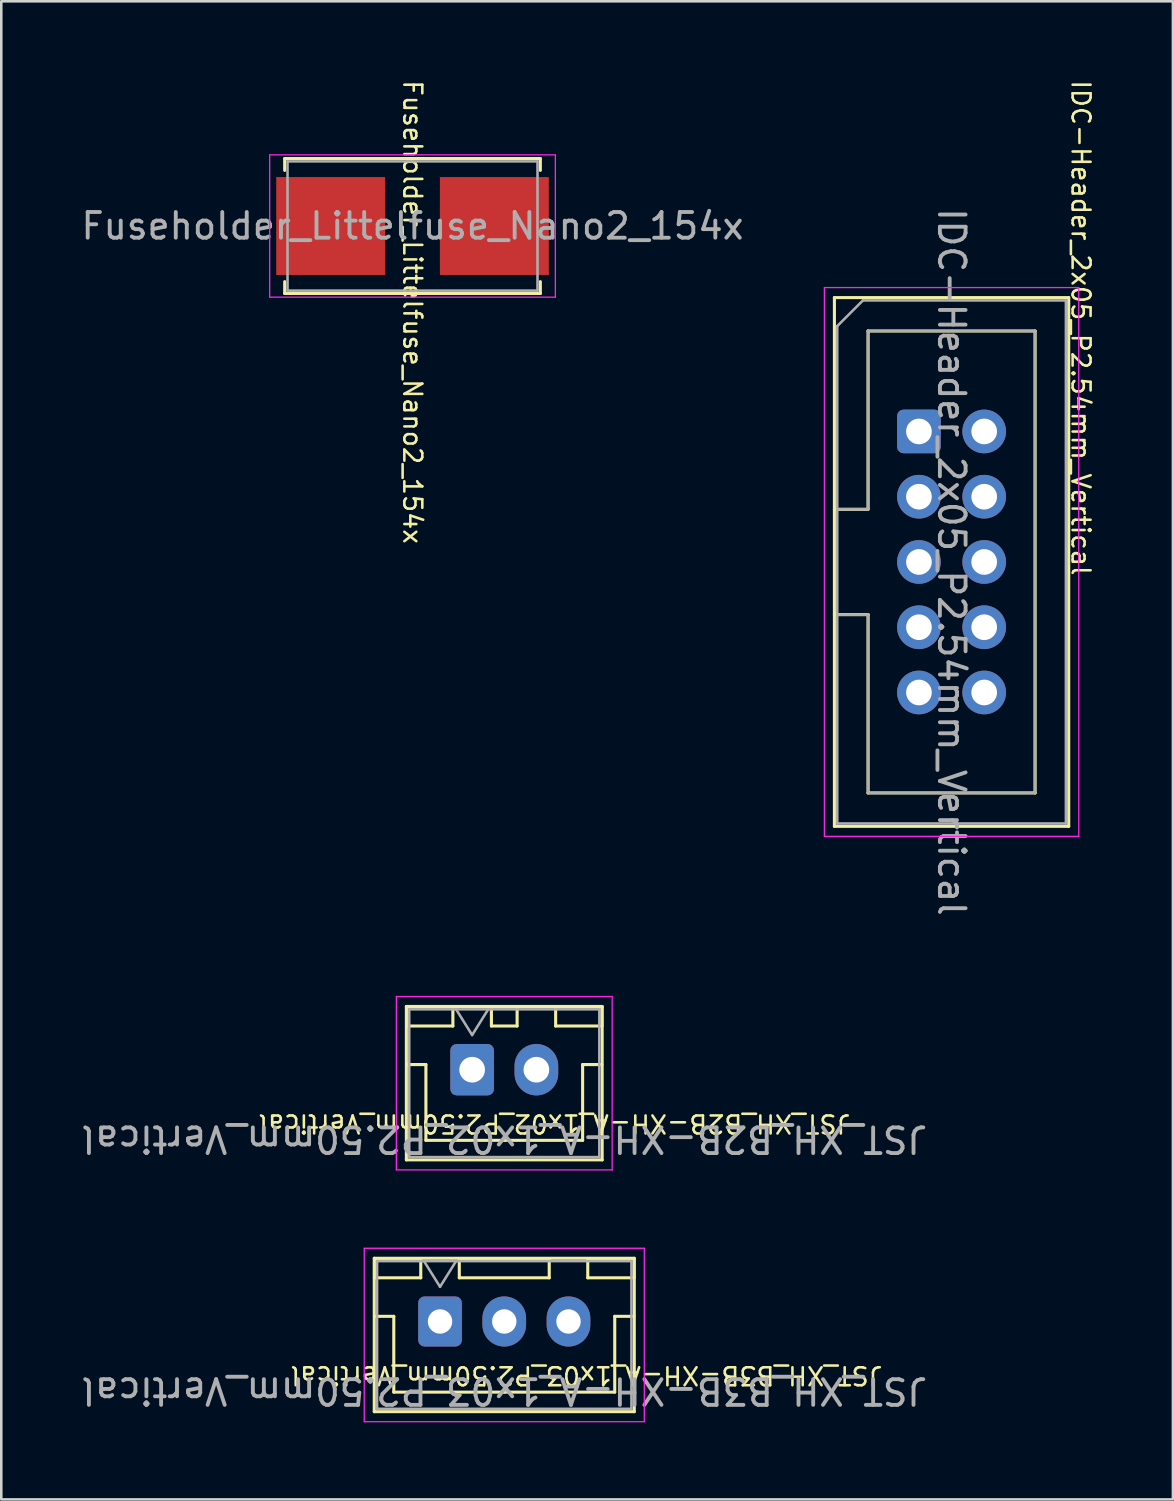
<source format=kicad_pcb>
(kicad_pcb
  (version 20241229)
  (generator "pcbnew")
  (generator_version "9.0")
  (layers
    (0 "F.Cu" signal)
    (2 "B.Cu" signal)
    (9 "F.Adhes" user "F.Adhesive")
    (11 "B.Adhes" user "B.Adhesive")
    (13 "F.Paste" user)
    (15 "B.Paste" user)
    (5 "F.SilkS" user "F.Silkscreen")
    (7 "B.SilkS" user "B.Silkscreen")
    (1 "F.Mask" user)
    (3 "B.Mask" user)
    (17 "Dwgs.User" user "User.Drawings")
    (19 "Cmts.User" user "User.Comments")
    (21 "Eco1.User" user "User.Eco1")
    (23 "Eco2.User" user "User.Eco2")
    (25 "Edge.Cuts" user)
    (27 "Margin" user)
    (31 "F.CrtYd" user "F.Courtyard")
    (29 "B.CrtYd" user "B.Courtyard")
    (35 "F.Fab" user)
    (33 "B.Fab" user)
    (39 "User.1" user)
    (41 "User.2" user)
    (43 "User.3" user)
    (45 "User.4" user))
  (footprint "JST_XH_B2B-XH-A_1x02_P2.50mm_Vertical"
    (layer "F.Cu")
    (at 15.327 38.585)
    (property "Reference" "JST_XH_B2B-XH-A_1x02_P2.50mm_Vertical" (at 3.2 2.1 180) (unlocked yes) (layer "F.SilkS") (effects (font (size 0.7 0.7) (thickness 0.1))))
    (attr through_hole)
    (fp_line (start -2.56 -2.46) (end -2.56 3.51) (stroke (width 0.12) (type solid)) (layer "F.SilkS"))
    (fp_line (start -2.56 3.51) (end 5.06 3.51) (stroke (width 0.12) (type solid)) (layer "F.SilkS"))
    (fp_line (start -2.55 -2.45) (end -2.55 -1.7) (stroke (width 0.12) (type solid)) (layer "F.SilkS"))
    (fp_line (start -2.55 -1.7) (end -0.75 -1.7) (stroke (width 0.12) (type solid)) (layer "F.SilkS"))
    (fp_line (start -2.55 -0.2) (end -1.8 -0.2) (stroke (width 0.12) (type solid)) (layer "F.SilkS"))
    (fp_line (start -1.8 -0.2) (end -1.8 2.75) (stroke (width 0.12) (type solid)) (layer "F.SilkS"))
    (fp_line (start -1.8 2.75) (end 1.25 2.75) (stroke (width 0.12) (type solid)) (layer "F.SilkS"))
    (fp_line (start -0.75 -2.45) (end -2.55 -2.45) (stroke (width 0.12) (type solid)) (layer "F.SilkS"))
    (fp_line (start -0.75 -1.7) (end -0.75 -2.45) (stroke (width 0.12) (type solid)) (layer "F.SilkS"))
    (fp_line (start 0.75 -2.45) (end 0.75 -1.7) (stroke (width 0.12) (type solid)) (layer "F.SilkS"))
    (fp_line (start 0.75 -1.7) (end 1.75 -1.7) (stroke (width 0.12) (type solid)) (layer "F.SilkS"))
    (fp_line (start 1.75 -2.45) (end 0.75 -2.45) (stroke (width 0.12) (type solid)) (layer "F.SilkS"))
    (fp_line (start 1.75 -1.7) (end 1.75 -2.45) (stroke (width 0.12) (type solid)) (layer "F.SilkS"))
    (fp_line (start 3.25 -2.45) (end 3.25 -1.7) (stroke (width 0.12) (type solid)) (layer "F.SilkS"))
    (fp_line (start 3.25 -1.7) (end 5.05 -1.7) (stroke (width 0.12) (type solid)) (layer "F.SilkS"))
    (fp_line (start 4.3 -0.2) (end 4.3 2.75) (stroke (width 0.12) (type solid)) (layer "F.SilkS"))
    (fp_line (start 4.3 2.75) (end 1.25 2.75) (stroke (width 0.12) (type solid)) (layer "F.SilkS"))
    (fp_line (start 5.05 -2.45) (end 3.25 -2.45) (stroke (width 0.12) (type solid)) (layer "F.SilkS"))
    (fp_line (start 5.05 -1.7) (end 5.05 -2.45) (stroke (width 0.12) (type solid)) (layer "F.SilkS"))
    (fp_line (start 5.05 -0.2) (end 4.3 -0.2) (stroke (width 0.12) (type solid)) (layer "F.SilkS"))
    (fp_line (start 5.06 -2.46) (end -2.56 -2.46) (stroke (width 0.12) (type solid)) (layer "F.SilkS"))
    (fp_line (start 5.06 3.51) (end 5.06 -2.46) (stroke (width 0.12) (type solid)) (layer "F.SilkS"))
    (fp_line (start -2.95 -2.85) (end -2.95 3.9) (stroke (width 0.05) (type solid)) (layer "F.CrtYd"))
    (fp_line (start -2.95 3.9) (end 5.45 3.9) (stroke (width 0.05) (type solid)) (layer "F.CrtYd"))
    (fp_line (start 5.45 -2.85) (end -2.95 -2.85) (stroke (width 0.05) (type solid)) (layer "F.CrtYd"))
    (fp_line (start 5.45 3.9) (end 5.45 -2.85) (stroke (width 0.05) (type solid)) (layer "F.CrtYd"))
    (fp_line (start -2.45 -2.35) (end -2.45 3.4) (stroke (width 0.1) (type solid)) (layer "F.Fab"))
    (fp_line (start -2.45 3.4) (end 4.95 3.4) (stroke (width 0.1) (type solid)) (layer "F.Fab"))
    (fp_line (start -0.625 -2.35) (end 0 -1.35) (stroke (width 0.1) (type solid)) (layer "F.Fab"))
    (fp_line (start 0 -1.35) (end 0.625 -2.35) (stroke (width 0.1) (type solid)) (layer "F.Fab"))
    (fp_line (start 4.95 -2.35) (end -2.45 -2.35) (stroke (width 0.1) (type solid)) (layer "F.Fab"))
    (fp_line (start 4.95 3.4) (end 4.95 -2.35) (stroke (width 0.1) (type solid)) (layer "F.Fab"))
    (fp_text user "${REFERENCE}" (at 1.25 2.7 180) (unlocked yes) (layer "F.Fab") (effects (font (size 1 1) (thickness 0.15))))
    (pad "1" thru_hole roundrect (at 0 0) (size 1.7 2) (drill 1) (layers "*.Cu" "*.Mask") (roundrect_rratio 0.147))
    (pad "2" thru_hole oval (at 2.5 0) (size 1.7 2) (drill 1) (layers "*.Cu" "*.Mask")))
  (footprint "IDC-Header_2x05_P2.54mm_Vertical"
    (layer "F.Cu")
    (at 32.717 13.743)
    (property "Reference" "IDC-Header_2x05_P2.54mm_Vertical" (at 6.3 -4.03 270) (unlocked yes) (layer "F.SilkS") (effects (font (size 0.7 0.7) (thickness 0.1))))
    (attr through_hole)
    (fp_line (start -3.29 -5.21) (end 5.83 -5.21) (stroke (width 0.12) (type solid)) (layer "F.SilkS"))
    (fp_line (start -3.29 3.03) (end -1.98 3.03) (stroke (width 0.12) (type solid)) (layer "F.SilkS"))
    (fp_line (start -3.29 15.37) (end -3.29 -5.21) (stroke (width 0.12) (type solid)) (layer "F.SilkS"))
    (fp_line (start -1.98 -3.91) (end 4.52 -3.91) (stroke (width 0.12) (type solid)) (layer "F.SilkS"))
    (fp_line (start -1.98 3.03) (end -1.98 -3.91) (stroke (width 0.12) (type solid)) (layer "F.SilkS"))
    (fp_line (start -1.98 7.13) (end -3.29 7.13) (stroke (width 0.12) (type solid)) (layer "F.SilkS"))
    (fp_line (start -1.98 7.13) (end -1.98 7.13) (stroke (width 0.12) (type solid)) (layer "F.SilkS"))
    (fp_line (start -1.98 14.07) (end -1.98 7.13) (stroke (width 0.12) (type solid)) (layer "F.SilkS"))
    (fp_line (start 4.52 -3.91) (end 4.52 14.07) (stroke (width 0.12) (type solid)) (layer "F.SilkS"))
    (fp_line (start 4.52 14.07) (end -1.98 14.07) (stroke (width 0.12) (type solid)) (layer "F.SilkS"))
    (fp_line (start 5.83 -5.21) (end 5.83 15.37) (stroke (width 0.12) (type solid)) (layer "F.SilkS"))
    (fp_line (start 5.83 15.37) (end -3.29 15.37) (stroke (width 0.12) (type solid)) (layer "F.SilkS"))
    (fp_line (start -3.68 -5.6) (end -3.68 15.76) (stroke (width 0.05) (type solid)) (layer "F.CrtYd"))
    (fp_line (start -3.68 15.76) (end 6.22 15.76) (stroke (width 0.05) (type solid)) (layer "F.CrtYd"))
    (fp_line (start 6.22 -5.6) (end -3.68 -5.6) (stroke (width 0.05) (type solid)) (layer "F.CrtYd"))
    (fp_line (start 6.22 15.76) (end 6.22 -5.6) (stroke (width 0.05) (type solid)) (layer "F.CrtYd"))
    (fp_line (start -3.18 -4.1) (end -2.18 -5.1) (stroke (width 0.1) (type solid)) (layer "F.Fab"))
    (fp_line (start -3.18 3.03) (end -1.98 3.03) (stroke (width 0.1) (type solid)) (layer "F.Fab"))
    (fp_line (start -3.18 15.26) (end -3.18 -4.1) (stroke (width 0.1) (type solid)) (layer "F.Fab"))
    (fp_line (start -2.18 -5.1) (end 5.72 -5.1) (stroke (width 0.1) (type solid)) (layer "F.Fab"))
    (fp_line (start -1.98 -3.91) (end 4.52 -3.91) (stroke (width 0.1) (type solid)) (layer "F.Fab"))
    (fp_line (start -1.98 3.03) (end -1.98 -3.91) (stroke (width 0.1) (type solid)) (layer "F.Fab"))
    (fp_line (start -1.98 7.13) (end -3.18 7.13) (stroke (width 0.1) (type solid)) (layer "F.Fab"))
    (fp_line (start -1.98 7.13) (end -1.98 7.13) (stroke (width 0.1) (type solid)) (layer "F.Fab"))
    (fp_line (start -1.98 14.07) (end -1.98 7.13) (stroke (width 0.1) (type solid)) (layer "F.Fab"))
    (fp_line (start 4.52 -3.91) (end 4.52 14.07) (stroke (width 0.1) (type solid)) (layer "F.Fab"))
    (fp_line (start 4.52 14.07) (end -1.98 14.07) (stroke (width 0.1) (type solid)) (layer "F.Fab"))
    (fp_line (start 5.72 -5.1) (end 5.72 15.26) (stroke (width 0.1) (type solid)) (layer "F.Fab"))
    (fp_line (start 5.72 15.26) (end -3.18 15.26) (stroke (width 0.1) (type solid)) (layer "F.Fab"))
    (fp_text user "${REFERENCE}" (at 1.27 5.08 270) (unlocked yes) (layer "F.Fab") (effects (font (size 1 1) (thickness 0.15))))
    (pad "1" thru_hole roundrect (at 0 0) (size 1.7 1.7) (drill 1) (layers "*.Cu" "*.Mask") (roundrect_rratio 0.147))
    (pad "2" thru_hole circle (at 2.54 0) (size 1.7 1.7) (drill 1) (layers "*.Cu" "*.Mask"))
    (pad "3" thru_hole circle (at 0 2.54) (size 1.7 1.7) (drill 1) (layers "*.Cu" "*.Mask"))
    (pad "4" thru_hole circle (at 2.54 2.54) (size 1.7 1.7) (drill 1) (layers "*.Cu" "*.Mask"))
    (pad "5" thru_hole circle (at 0 5.08) (size 1.7 1.7) (drill 1) (layers "*.Cu" "*.Mask"))
    (pad "6" thru_hole circle (at 2.54 5.08) (size 1.7 1.7) (drill 1) (layers "*.Cu" "*.Mask"))
    (pad "7" thru_hole circle (at 0 7.62) (size 1.7 1.7) (drill 1) (layers "*.Cu" "*.Mask"))
    (pad "8" thru_hole circle (at 2.54 7.62) (size 1.7 1.7) (drill 1) (layers "*.Cu" "*.Mask"))
    (pad "9" thru_hole circle (at 0 10.16) (size 1.7 1.7) (drill 1) (layers "*.Cu" "*.Mask"))
    (pad "10" thru_hole circle (at 2.54 10.16) (size 1.7 1.7) (drill 1) (layers "*.Cu" "*.Mask")))
  (footprint "JST_XH_B3B-XH-A_1x03_P2.50mm_Vertical"
    (layer "F.Cu")
    (at 14.077 48.385)
    (property "Reference" "JST_XH_B3B-XH-A_1x03_P2.50mm_Vertical" (at 5.7 2.1 180) (unlocked yes) (layer "F.SilkS") (effects (font (size 0.7 0.7) (thickness 0.1))))
    (attr through_hole)
    (fp_line (start -2.56 -2.46) (end -2.56 3.51) (stroke (width 0.12) (type solid)) (layer "F.SilkS"))
    (fp_line (start -2.56 3.51) (end 7.56 3.51) (stroke (width 0.12) (type solid)) (layer "F.SilkS"))
    (fp_line (start -2.55 -2.45) (end -2.55 -1.7) (stroke (width 0.12) (type solid)) (layer "F.SilkS"))
    (fp_line (start -2.55 -1.7) (end -0.75 -1.7) (stroke (width 0.12) (type solid)) (layer "F.SilkS"))
    (fp_line (start -2.55 -0.2) (end -1.8 -0.2) (stroke (width 0.12) (type solid)) (layer "F.SilkS"))
    (fp_line (start -1.8 -0.2) (end -1.8 2.75) (stroke (width 0.12) (type solid)) (layer "F.SilkS"))
    (fp_line (start -1.8 2.75) (end 2.5 2.75) (stroke (width 0.12) (type solid)) (layer "F.SilkS"))
    (fp_line (start -0.75 -2.45) (end -2.55 -2.45) (stroke (width 0.12) (type solid)) (layer "F.SilkS"))
    (fp_line (start -0.75 -1.7) (end -0.75 -2.45) (stroke (width 0.12) (type solid)) (layer "F.SilkS"))
    (fp_line (start 0.75 -2.45) (end 0.75 -1.7) (stroke (width 0.12) (type solid)) (layer "F.SilkS"))
    (fp_line (start 0.75 -1.7) (end 4.25 -1.7) (stroke (width 0.12) (type solid)) (layer "F.SilkS"))
    (fp_line (start 4.25 -2.45) (end 0.75 -2.45) (stroke (width 0.12) (type solid)) (layer "F.SilkS"))
    (fp_line (start 4.25 -1.7) (end 4.25 -2.45) (stroke (width 0.12) (type solid)) (layer "F.SilkS"))
    (fp_line (start 5.75 -2.45) (end 5.75 -1.7) (stroke (width 0.12) (type solid)) (layer "F.SilkS"))
    (fp_line (start 5.75 -1.7) (end 7.55 -1.7) (stroke (width 0.12) (type solid)) (layer "F.SilkS"))
    (fp_line (start 6.8 -0.2) (end 6.8 2.75) (stroke (width 0.12) (type solid)) (layer "F.SilkS"))
    (fp_line (start 6.8 2.75) (end 2.5 2.75) (stroke (width 0.12) (type solid)) (layer "F.SilkS"))
    (fp_line (start 7.55 -2.45) (end 5.75 -2.45) (stroke (width 0.12) (type solid)) (layer "F.SilkS"))
    (fp_line (start 7.55 -1.7) (end 7.55 -2.45) (stroke (width 0.12) (type solid)) (layer "F.SilkS"))
    (fp_line (start 7.55 -0.2) (end 6.8 -0.2) (stroke (width 0.12) (type solid)) (layer "F.SilkS"))
    (fp_line (start 7.56 -2.46) (end -2.56 -2.46) (stroke (width 0.12) (type solid)) (layer "F.SilkS"))
    (fp_line (start 7.56 3.51) (end 7.56 -2.46) (stroke (width 0.12) (type solid)) (layer "F.SilkS"))
    (fp_line (start -2.95 -2.85) (end -2.95 3.9) (stroke (width 0.05) (type solid)) (layer "F.CrtYd"))
    (fp_line (start -2.95 3.9) (end 7.95 3.9) (stroke (width 0.05) (type solid)) (layer "F.CrtYd"))
    (fp_line (start 7.95 -2.85) (end -2.95 -2.85) (stroke (width 0.05) (type solid)) (layer "F.CrtYd"))
    (fp_line (start 7.95 3.9) (end 7.95 -2.85) (stroke (width 0.05) (type solid)) (layer "F.CrtYd"))
    (fp_line (start -2.45 -2.35) (end -2.45 3.4) (stroke (width 0.1) (type solid)) (layer "F.Fab"))
    (fp_line (start -2.45 3.4) (end 7.45 3.4) (stroke (width 0.1) (type solid)) (layer "F.Fab"))
    (fp_line (start -0.625 -2.35) (end 0 -1.35) (stroke (width 0.1) (type solid)) (layer "F.Fab"))
    (fp_line (start 0 -1.35) (end 0.625 -2.35) (stroke (width 0.1) (type solid)) (layer "F.Fab"))
    (fp_line (start 7.45 -2.35) (end -2.45 -2.35) (stroke (width 0.1) (type solid)) (layer "F.Fab"))
    (fp_line (start 7.45 3.4) (end 7.45 -2.35) (stroke (width 0.1) (type solid)) (layer "F.Fab"))
    (fp_text user "${REFERENCE}" (at 2.5 2.7 180) (unlocked yes) (layer "F.Fab") (effects (font (size 1 1) (thickness 0.15))))
    (pad "1" thru_hole roundrect (at 0 0) (size 1.7 1.95) (drill 0.95) (layers "*.Cu" "*.Mask") (roundrect_rratio 0.147))
    (pad "2" thru_hole oval (at 2.5 0) (size 1.7 1.95) (drill 0.95) (layers "*.Cu" "*.Mask"))
    (pad "3" thru_hole oval (at 5 0) (size 1.7 1.95) (drill 0.95) (layers "*.Cu" "*.Mask")))
  (footprint "Fuseholder_Littelfuse_Nano2_154x"
    (layer "F.Cu")
    (at 13.006 5.747)
    (property "Reference" "Fuseholder_Littelfuse_Nano2_154x" (at 0 3.35 270) (unlocked yes) (layer "F.SilkS") (effects (font (size 0.7 0.7) (thickness 0.1))))
    (attr smd)
    (fp_line (start -4.975 -2.625) (end -4.975 -2.165) (stroke (width 0.12) (type solid)) (layer "F.SilkS"))
    (fp_line (start -4.975 -2.625) (end 4.975 -2.625) (stroke (width 0.12) (type solid)) (layer "F.SilkS"))
    (fp_line (start -4.975 2.165) (end -4.975 2.625) (stroke (width 0.12) (type solid)) (layer "F.SilkS"))
    (fp_line (start -4.975 2.625) (end 4.975 2.625) (stroke (width 0.12) (type solid)) (layer "F.SilkS"))
    (fp_line (start 4.975 -2.625) (end 4.975 -2.165) (stroke (width 0.12) (type solid)) (layer "F.SilkS"))
    (fp_line (start 4.975 2.625) (end 4.975 2.165) (stroke (width 0.12) (type solid)) (layer "F.SilkS"))
    (fp_line (start -5.56 -2.77) (end -5.56 2.77) (stroke (width 0.05) (type solid)) (layer "F.CrtYd"))
    (fp_line (start -5.56 -2.77) (end 5.56 -2.77) (stroke (width 0.05) (type solid)) (layer "F.CrtYd"))
    (fp_line (start -5.56 2.77) (end 5.56 2.77) (stroke (width 0.05) (type solid)) (layer "F.CrtYd"))
    (fp_line (start 5.56 -2.77) (end 5.56 2.77) (stroke (width 0.05) (type solid)) (layer "F.CrtYd"))
    (fp_line (start -4.865 -2.515) (end -4.865 2.515) (stroke (width 0.1) (type solid)) (layer "F.Fab"))
    (fp_line (start -4.865 -2.515) (end 4.865 -2.515) (stroke (width 0.1) (type solid)) (layer "F.Fab"))
    (fp_line (start -4.865 2.515) (end 4.865 2.515) (stroke (width 0.1) (type solid)) (layer "F.Fab"))
    (fp_line (start 4.865 2.515) (end 4.865 -2.515) (stroke (width 0.1) (type solid)) (layer "F.Fab"))
    (fp_text user "${REFERENCE}" (at 0 0 0) (layer "F.Fab") (effects (font (size 1 1) (thickness 0.15))))
    (pad "1" smd rect (at -3.185 0) (size 4.24 3.81) (layers "F.Cu" "F.Mask" "F.Paste"))
    (pad "2" smd rect (at 3.185 0) (size 4.24 3.81) (layers "F.Cu" "F.Mask" "F.Paste")))
  (gr_rect
    (start -3 -3)
    (end 42.602 55.31)
    (stroke (width 0.1) (type default))
    (fill no)
    (layer "Edge.Cuts")))
</source>
